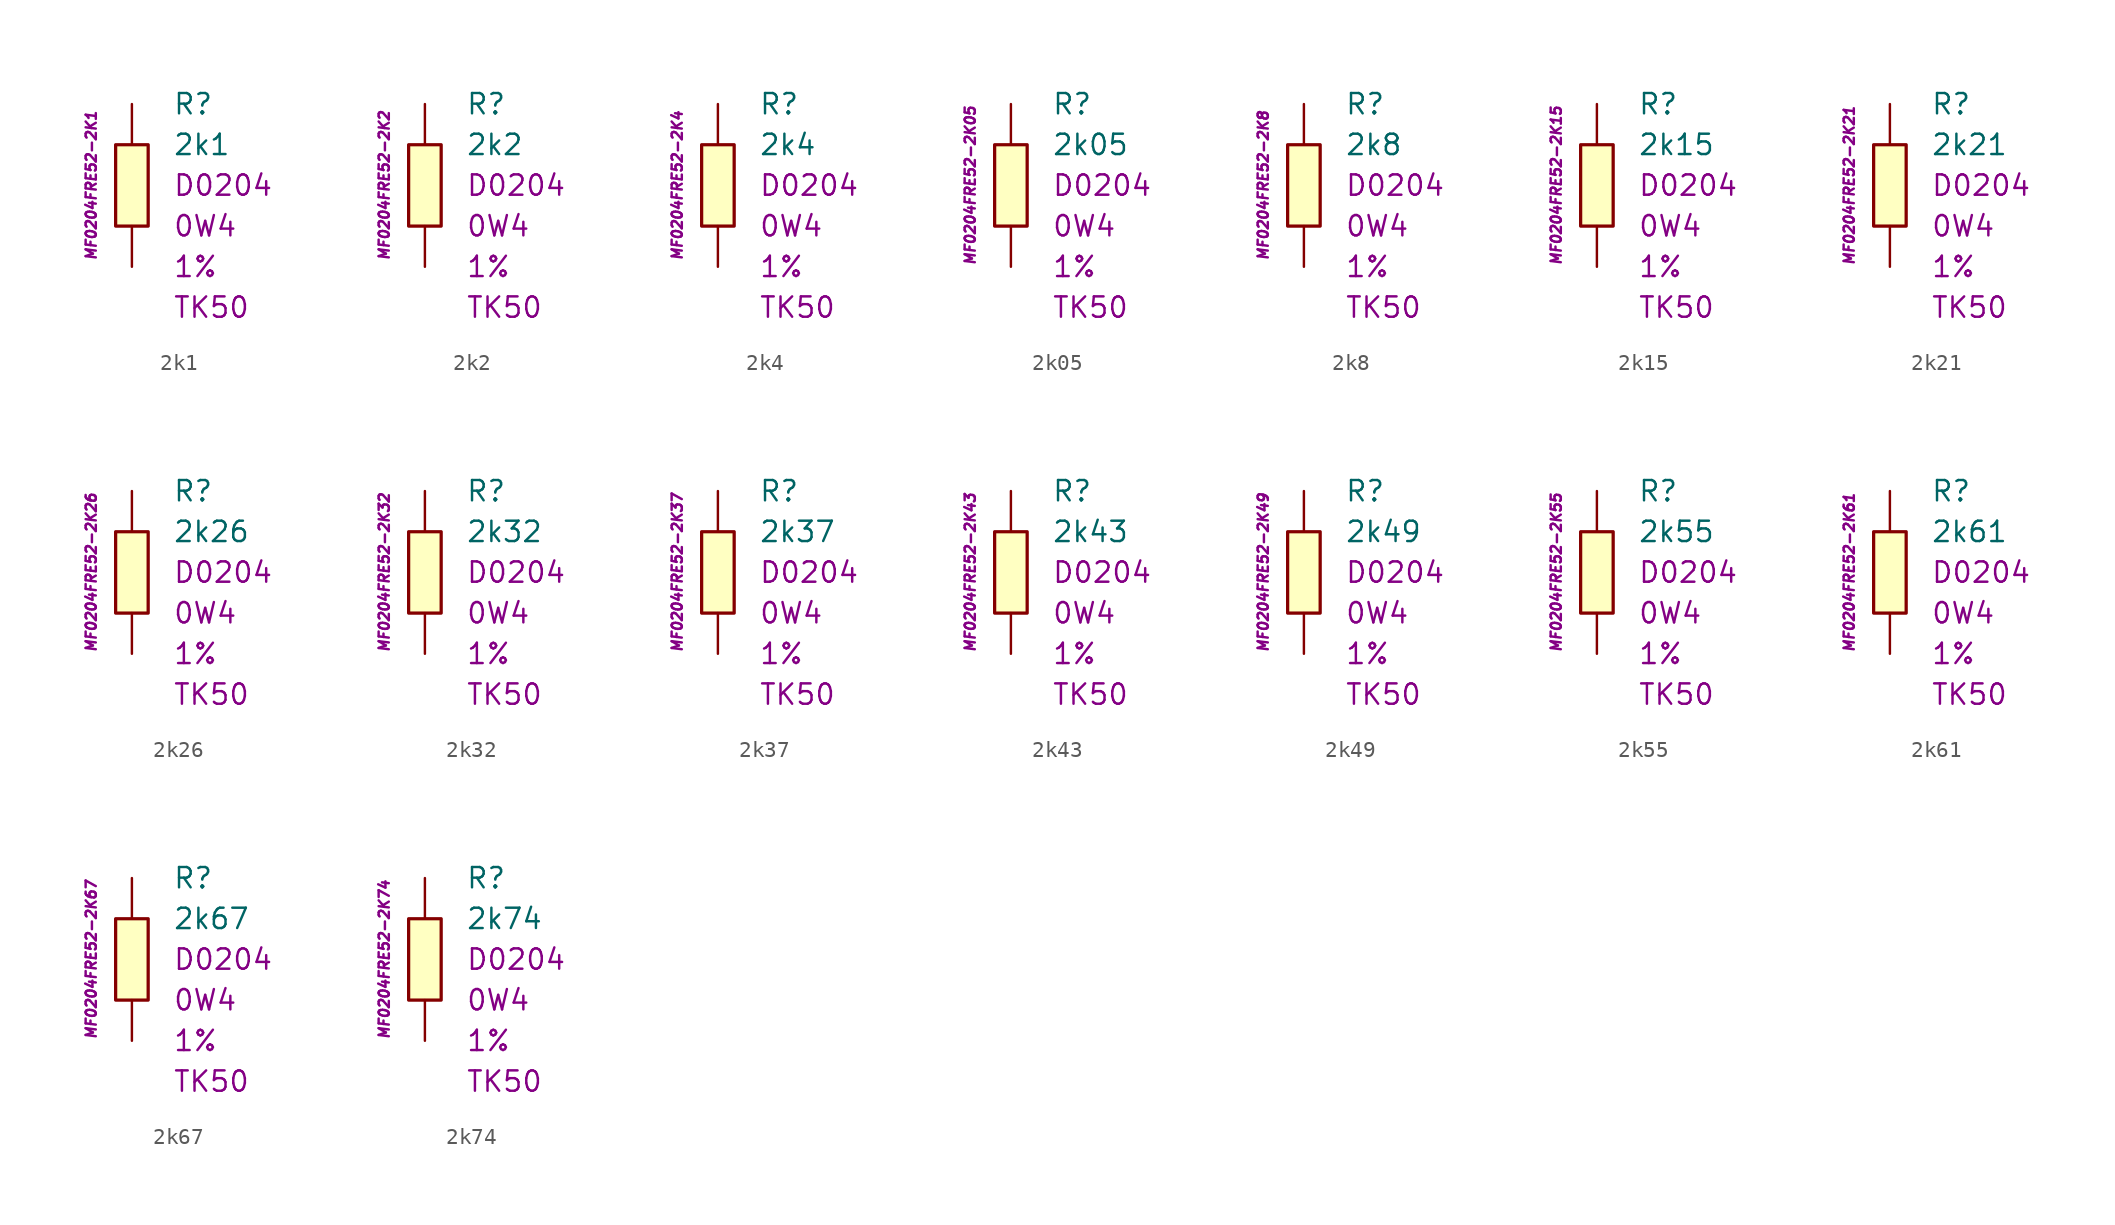
<source format=kicad_sym>
(kicad_symbol_lib
  (version 20201005)
  (generator kicad_symbol_editor)
  (symbol "2k1"
    (pin_numbers hide)
    (pin_names
      (offset 1.016) hide)
    (property "Reference" "R"
      (at 2.54 5.08 0)
      (effects (font (size 1.27 1.27)) (justify left)))
    (property "Value" "2k1"
      (at 2.54 2.54 0)
      (effects (font (size 1.27 1.27)) (justify left)))
    (property "Package" "D0204"
      (at 2.54 0 0)
      (effects (font (size 1.27 1.27)) (justify left)))
    (property "Power" "0W4"
      (at 2.54 -2.54 0)
      (effects (font (size 1.27 1.27)) (justify left)))
    (property "Tolerance" "1%"
      (at 2.54 -5.08 0)
      (effects (font (size 1.27 1.27)) (justify left)))
    (property "TK" "TK50"
      (at 2.54 -7.62 0)
      (effects (font (size 1.27 1.27)) (justify left)))
    (property "ID" "MF0204FRE52-2K1"
      (at -2.54 0 90)
      (effects (font (size 0.635 0.635) italic)))
    (symbol "2k1_0_1"
      (rectangle (start -1.016 2.54) (end 1.016 -2.54) (stroke (width 0.203)) (fill (type background))))
    (symbol "2k1_1_1"
      (pin passive line (at 0 5.08 270) (length 2.54) (name "~" (effects (font (size 1.778 1.778)))) (number "1" (effects (font (size 1.778 1.778)))))
      (pin passive line (at 0 -5.08 90) (length 2.54) (name "~" (effects (font (size 1.778 1.778)))) (number "2" (effects (font (size 1.778 1.778)))))))
  (symbol "2k2"
    (pin_numbers hide)
    (pin_names
      (offset 1.016) hide)
    (property "Reference" "R"
      (at 2.54 5.08 0)
      (effects (font (size 1.27 1.27)) (justify left)))
    (property "Value" "2k2"
      (at 2.54 2.54 0)
      (effects (font (size 1.27 1.27)) (justify left)))
    (property "Package" "D0204"
      (at 2.54 0 0)
      (effects (font (size 1.27 1.27)) (justify left)))
    (property "Power" "0W4"
      (at 2.54 -2.54 0)
      (effects (font (size 1.27 1.27)) (justify left)))
    (property "Tolerance" "1%"
      (at 2.54 -5.08 0)
      (effects (font (size 1.27 1.27)) (justify left)))
    (property "TK" "TK50"
      (at 2.54 -7.62 0)
      (effects (font (size 1.27 1.27)) (justify left)))
    (property "ID" "MF0204FRE52-2K2"
      (at -2.54 0 90)
      (effects (font (size 0.635 0.635) italic)))
    (symbol "2k2_0_1"
      (rectangle (start -1.016 2.54) (end 1.016 -2.54) (stroke (width 0.203)) (fill (type background))))
    (symbol "2k2_1_1"
      (pin passive line (at 0 5.08 270) (length 2.54) (name "~" (effects (font (size 1.778 1.778)))) (number "1" (effects (font (size 1.778 1.778)))))
      (pin passive line (at 0 -5.08 90) (length 2.54) (name "~" (effects (font (size 1.778 1.778)))) (number "2" (effects (font (size 1.778 1.778)))))))
  (symbol "2k4"
    (pin_numbers hide)
    (pin_names
      (offset 1.016) hide)
    (property "Reference" "R"
      (at 2.54 5.08 0)
      (effects (font (size 1.27 1.27)) (justify left)))
    (property "Value" "2k4"
      (at 2.54 2.54 0)
      (effects (font (size 1.27 1.27)) (justify left)))
    (property "Package" "D0204"
      (at 2.54 0 0)
      (effects (font (size 1.27 1.27)) (justify left)))
    (property "Power" "0W4"
      (at 2.54 -2.54 0)
      (effects (font (size 1.27 1.27)) (justify left)))
    (property "Tolerance" "1%"
      (at 2.54 -5.08 0)
      (effects (font (size 1.27 1.27)) (justify left)))
    (property "TK" "TK50"
      (at 2.54 -7.62 0)
      (effects (font (size 1.27 1.27)) (justify left)))
    (property "ID" "MF0204FRE52-2K4"
      (at -2.54 0 90)
      (effects (font (size 0.635 0.635) italic)))
    (symbol "2k4_0_1"
      (rectangle (start -1.016 2.54) (end 1.016 -2.54) (stroke (width 0.203)) (fill (type background))))
    (symbol "2k4_1_1"
      (pin passive line (at 0 5.08 270) (length 2.54) (name "~" (effects (font (size 1.778 1.778)))) (number "1" (effects (font (size 1.778 1.778)))))
      (pin passive line (at 0 -5.08 90) (length 2.54) (name "~" (effects (font (size 1.778 1.778)))) (number "2" (effects (font (size 1.778 1.778)))))))
  (symbol "2k05"
    (pin_numbers hide)
    (pin_names
      (offset 1.016) hide)
    (property "Reference" "R"
      (at 2.54 5.08 0)
      (effects (font (size 1.27 1.27)) (justify left)))
    (property "Value" "2k05"
      (at 2.54 2.54 0)
      (effects (font (size 1.27 1.27)) (justify left)))
    (property "Package" "D0204"
      (at 2.54 0 0)
      (effects (font (size 1.27 1.27)) (justify left)))
    (property "Power" "0W4"
      (at 2.54 -2.54 0)
      (effects (font (size 1.27 1.27)) (justify left)))
    (property "Tolerance" "1%"
      (at 2.54 -5.08 0)
      (effects (font (size 1.27 1.27)) (justify left)))
    (property "TK" "TK50"
      (at 2.54 -7.62 0)
      (effects (font (size 1.27 1.27)) (justify left)))
    (property "ID" "MF0204FRE52-2K05"
      (at -2.54 0 90)
      (effects (font (size 0.635 0.635) italic)))
    (symbol "2k05_0_1"
      (rectangle (start -1.016 2.54) (end 1.016 -2.54) (stroke (width 0.203)) (fill (type background))))
    (symbol "2k05_1_1"
      (pin passive line (at 0 5.08 270) (length 2.54) (name "~" (effects (font (size 1.778 1.778)))) (number "1" (effects (font (size 1.778 1.778)))))
      (pin passive line (at 0 -5.08 90) (length 2.54) (name "~" (effects (font (size 1.778 1.778)))) (number "2" (effects (font (size 1.778 1.778)))))))
  (symbol "2k8"
    (pin_numbers hide)
    (pin_names
      (offset 1.016) hide)
    (property "Reference" "R"
      (at 2.54 5.08 0)
      (effects (font (size 1.27 1.27)) (justify left)))
    (property "Value" "2k8"
      (at 2.54 2.54 0)
      (effects (font (size 1.27 1.27)) (justify left)))
    (property "Package" "D0204"
      (at 2.54 0 0)
      (effects (font (size 1.27 1.27)) (justify left)))
    (property "Power" "0W4"
      (at 2.54 -2.54 0)
      (effects (font (size 1.27 1.27)) (justify left)))
    (property "Tolerance" "1%"
      (at 2.54 -5.08 0)
      (effects (font (size 1.27 1.27)) (justify left)))
    (property "TK" "TK50"
      (at 2.54 -7.62 0)
      (effects (font (size 1.27 1.27)) (justify left)))
    (property "ID" "MF0204FRE52-2K8"
      (at -2.54 0 90)
      (effects (font (size 0.635 0.635) italic)))
    (symbol "2k8_0_1"
      (rectangle (start -1.016 2.54) (end 1.016 -2.54) (stroke (width 0.203)) (fill (type background))))
    (symbol "2k8_1_1"
      (pin passive line (at 0 5.08 270) (length 2.54) (name "~" (effects (font (size 1.778 1.778)))) (number "1" (effects (font (size 1.778 1.778)))))
      (pin passive line (at 0 -5.08 90) (length 2.54) (name "~" (effects (font (size 1.778 1.778)))) (number "2" (effects (font (size 1.778 1.778)))))))
  (symbol "2k15"
    (pin_numbers hide)
    (pin_names
      (offset 1.016) hide)
    (property "Reference" "R"
      (at 2.54 5.08 0)
      (effects (font (size 1.27 1.27)) (justify left)))
    (property "Value" "2k15"
      (at 2.54 2.54 0)
      (effects (font (size 1.27 1.27)) (justify left)))
    (property "Package" "D0204"
      (at 2.54 0 0)
      (effects (font (size 1.27 1.27)) (justify left)))
    (property "Power" "0W4"
      (at 2.54 -2.54 0)
      (effects (font (size 1.27 1.27)) (justify left)))
    (property "Tolerance" "1%"
      (at 2.54 -5.08 0)
      (effects (font (size 1.27 1.27)) (justify left)))
    (property "TK" "TK50"
      (at 2.54 -7.62 0)
      (effects (font (size 1.27 1.27)) (justify left)))
    (property "ID" "MF0204FRE52-2K15"
      (at -2.54 0 90)
      (effects (font (size 0.635 0.635) italic)))
    (symbol "2k15_0_1"
      (rectangle (start -1.016 2.54) (end 1.016 -2.54) (stroke (width 0.203)) (fill (type background))))
    (symbol "2k15_1_1"
      (pin passive line (at 0 5.08 270) (length 2.54) (name "~" (effects (font (size 1.778 1.778)))) (number "1" (effects (font (size 1.778 1.778)))))
      (pin passive line (at 0 -5.08 90) (length 2.54) (name "~" (effects (font (size 1.778 1.778)))) (number "2" (effects (font (size 1.778 1.778)))))))
  (symbol "2k21"
    (pin_numbers hide)
    (pin_names
      (offset 1.016) hide)
    (property "Reference" "R"
      (at 2.54 5.08 0)
      (effects (font (size 1.27 1.27)) (justify left)))
    (property "Value" "2k21"
      (at 2.54 2.54 0)
      (effects (font (size 1.27 1.27)) (justify left)))
    (property "Package" "D0204"
      (at 2.54 0 0)
      (effects (font (size 1.27 1.27)) (justify left)))
    (property "Power" "0W4"
      (at 2.54 -2.54 0)
      (effects (font (size 1.27 1.27)) (justify left)))
    (property "Tolerance" "1%"
      (at 2.54 -5.08 0)
      (effects (font (size 1.27 1.27)) (justify left)))
    (property "TK" "TK50"
      (at 2.54 -7.62 0)
      (effects (font (size 1.27 1.27)) (justify left)))
    (property "ID" "MF0204FRE52-2K21"
      (at -2.54 0 90)
      (effects (font (size 0.635 0.635) italic)))
    (symbol "2k21_0_1"
      (rectangle (start -1.016 2.54) (end 1.016 -2.54) (stroke (width 0.203)) (fill (type background))))
    (symbol "2k21_1_1"
      (pin passive line (at 0 5.08 270) (length 2.54) (name "~" (effects (font (size 1.778 1.778)))) (number "1" (effects (font (size 1.778 1.778)))))
      (pin passive line (at 0 -5.08 90) (length 2.54) (name "~" (effects (font (size 1.778 1.778)))) (number "2" (effects (font (size 1.778 1.778)))))))
  (symbol "2k26"
    (pin_numbers hide)
    (pin_names
      (offset 1.016) hide)
    (property "Reference" "R"
      (at 2.54 5.08 0)
      (effects (font (size 1.27 1.27)) (justify left)))
    (property "Value" "2k26"
      (at 2.54 2.54 0)
      (effects (font (size 1.27 1.27)) (justify left)))
    (property "Package" "D0204"
      (at 2.54 0 0)
      (effects (font (size 1.27 1.27)) (justify left)))
    (property "Power" "0W4"
      (at 2.54 -2.54 0)
      (effects (font (size 1.27 1.27)) (justify left)))
    (property "Tolerance" "1%"
      (at 2.54 -5.08 0)
      (effects (font (size 1.27 1.27)) (justify left)))
    (property "TK" "TK50"
      (at 2.54 -7.62 0)
      (effects (font (size 1.27 1.27)) (justify left)))
    (property "ID" "MF0204FRE52-2K26"
      (at -2.54 0 90)
      (effects (font (size 0.635 0.635) italic)))
    (symbol "2k26_0_1"
      (rectangle (start -1.016 2.54) (end 1.016 -2.54) (stroke (width 0.203)) (fill (type background))))
    (symbol "2k26_1_1"
      (pin passive line (at 0 5.08 270) (length 2.54) (name "~" (effects (font (size 1.778 1.778)))) (number "1" (effects (font (size 1.778 1.778)))))
      (pin passive line (at 0 -5.08 90) (length 2.54) (name "~" (effects (font (size 1.778 1.778)))) (number "2" (effects (font (size 1.778 1.778)))))))
  (symbol "2k32"
    (pin_numbers hide)
    (pin_names
      (offset 1.016) hide)
    (property "Reference" "R"
      (at 2.54 5.08 0)
      (effects (font (size 1.27 1.27)) (justify left)))
    (property "Value" "2k32"
      (at 2.54 2.54 0)
      (effects (font (size 1.27 1.27)) (justify left)))
    (property "Package" "D0204"
      (at 2.54 0 0)
      (effects (font (size 1.27 1.27)) (justify left)))
    (property "Power" "0W4"
      (at 2.54 -2.54 0)
      (effects (font (size 1.27 1.27)) (justify left)))
    (property "Tolerance" "1%"
      (at 2.54 -5.08 0)
      (effects (font (size 1.27 1.27)) (justify left)))
    (property "TK" "TK50"
      (at 2.54 -7.62 0)
      (effects (font (size 1.27 1.27)) (justify left)))
    (property "ID" "MF0204FRE52-2K32"
      (at -2.54 0 90)
      (effects (font (size 0.635 0.635) italic)))
    (symbol "2k32_0_1"
      (rectangle (start -1.016 2.54) (end 1.016 -2.54) (stroke (width 0.203)) (fill (type background))))
    (symbol "2k32_1_1"
      (pin passive line (at 0 5.08 270) (length 2.54) (name "~" (effects (font (size 1.778 1.778)))) (number "1" (effects (font (size 1.778 1.778)))))
      (pin passive line (at 0 -5.08 90) (length 2.54) (name "~" (effects (font (size 1.778 1.778)))) (number "2" (effects (font (size 1.778 1.778)))))))
  (symbol "2k37"
    (pin_numbers hide)
    (pin_names
      (offset 1.016) hide)
    (property "Reference" "R"
      (at 2.54 5.08 0)
      (effects (font (size 1.27 1.27)) (justify left)))
    (property "Value" "2k37"
      (at 2.54 2.54 0)
      (effects (font (size 1.27 1.27)) (justify left)))
    (property "Package" "D0204"
      (at 2.54 0 0)
      (effects (font (size 1.27 1.27)) (justify left)))
    (property "Power" "0W4"
      (at 2.54 -2.54 0)
      (effects (font (size 1.27 1.27)) (justify left)))
    (property "Tolerance" "1%"
      (at 2.54 -5.08 0)
      (effects (font (size 1.27 1.27)) (justify left)))
    (property "TK" "TK50"
      (at 2.54 -7.62 0)
      (effects (font (size 1.27 1.27)) (justify left)))
    (property "ID" "MF0204FRE52-2K37"
      (at -2.54 0 90)
      (effects (font (size 0.635 0.635) italic)))
    (symbol "2k37_0_1"
      (rectangle (start -1.016 2.54) (end 1.016 -2.54) (stroke (width 0.203)) (fill (type background))))
    (symbol "2k37_1_1"
      (pin passive line (at 0 5.08 270) (length 2.54) (name "~" (effects (font (size 1.778 1.778)))) (number "1" (effects (font (size 1.778 1.778)))))
      (pin passive line (at 0 -5.08 90) (length 2.54) (name "~" (effects (font (size 1.778 1.778)))) (number "2" (effects (font (size 1.778 1.778)))))))
  (symbol "2k43"
    (pin_numbers hide)
    (pin_names
      (offset 1.016) hide)
    (property "Reference" "R"
      (at 2.54 5.08 0)
      (effects (font (size 1.27 1.27)) (justify left)))
    (property "Value" "2k43"
      (at 2.54 2.54 0)
      (effects (font (size 1.27 1.27)) (justify left)))
    (property "Package" "D0204"
      (at 2.54 0 0)
      (effects (font (size 1.27 1.27)) (justify left)))
    (property "Power" "0W4"
      (at 2.54 -2.54 0)
      (effects (font (size 1.27 1.27)) (justify left)))
    (property "Tolerance" "1%"
      (at 2.54 -5.08 0)
      (effects (font (size 1.27 1.27)) (justify left)))
    (property "TK" "TK50"
      (at 2.54 -7.62 0)
      (effects (font (size 1.27 1.27)) (justify left)))
    (property "ID" "MF0204FRE52-2K43"
      (at -2.54 0 90)
      (effects (font (size 0.635 0.635) italic)))
    (symbol "2k43_0_1"
      (rectangle (start -1.016 2.54) (end 1.016 -2.54) (stroke (width 0.203)) (fill (type background))))
    (symbol "2k43_1_1"
      (pin passive line (at 0 5.08 270) (length 2.54) (name "~" (effects (font (size 1.778 1.778)))) (number "1" (effects (font (size 1.778 1.778)))))
      (pin passive line (at 0 -5.08 90) (length 2.54) (name "~" (effects (font (size 1.778 1.778)))) (number "2" (effects (font (size 1.778 1.778)))))))
  (symbol "2k49"
    (pin_numbers hide)
    (pin_names
      (offset 1.016) hide)
    (property "Reference" "R"
      (at 2.54 5.08 0)
      (effects (font (size 1.27 1.27)) (justify left)))
    (property "Value" "2k49"
      (at 2.54 2.54 0)
      (effects (font (size 1.27 1.27)) (justify left)))
    (property "Package" "D0204"
      (at 2.54 0 0)
      (effects (font (size 1.27 1.27)) (justify left)))
    (property "Power" "0W4"
      (at 2.54 -2.54 0)
      (effects (font (size 1.27 1.27)) (justify left)))
    (property "Tolerance" "1%"
      (at 2.54 -5.08 0)
      (effects (font (size 1.27 1.27)) (justify left)))
    (property "TK" "TK50"
      (at 2.54 -7.62 0)
      (effects (font (size 1.27 1.27)) (justify left)))
    (property "ID" "MF0204FRE52-2K49"
      (at -2.54 0 90)
      (effects (font (size 0.635 0.635) italic)))
    (symbol "2k49_0_1"
      (rectangle (start -1.016 2.54) (end 1.016 -2.54) (stroke (width 0.203)) (fill (type background))))
    (symbol "2k49_1_1"
      (pin passive line (at 0 5.08 270) (length 2.54) (name "~" (effects (font (size 1.778 1.778)))) (number "1" (effects (font (size 1.778 1.778)))))
      (pin passive line (at 0 -5.08 90) (length 2.54) (name "~" (effects (font (size 1.778 1.778)))) (number "2" (effects (font (size 1.778 1.778)))))))
  (symbol "2k55"
    (pin_numbers hide)
    (pin_names
      (offset 1.016) hide)
    (property "Reference" "R"
      (at 2.54 5.08 0)
      (effects (font (size 1.27 1.27)) (justify left)))
    (property "Value" "2k55"
      (at 2.54 2.54 0)
      (effects (font (size 1.27 1.27)) (justify left)))
    (property "Package" "D0204"
      (at 2.54 0 0)
      (effects (font (size 1.27 1.27)) (justify left)))
    (property "Power" "0W4"
      (at 2.54 -2.54 0)
      (effects (font (size 1.27 1.27)) (justify left)))
    (property "Tolerance" "1%"
      (at 2.54 -5.08 0)
      (effects (font (size 1.27 1.27)) (justify left)))
    (property "TK" "TK50"
      (at 2.54 -7.62 0)
      (effects (font (size 1.27 1.27)) (justify left)))
    (property "ID" "MF0204FRE52-2K55"
      (at -2.54 0 90)
      (effects (font (size 0.635 0.635) italic)))
    (symbol "2k55_0_1"
      (rectangle (start -1.016 2.54) (end 1.016 -2.54) (stroke (width 0.203)) (fill (type background))))
    (symbol "2k55_1_1"
      (pin passive line (at 0 5.08 270) (length 2.54) (name "~" (effects (font (size 1.778 1.778)))) (number "1" (effects (font (size 1.778 1.778)))))
      (pin passive line (at 0 -5.08 90) (length 2.54) (name "~" (effects (font (size 1.778 1.778)))) (number "2" (effects (font (size 1.778 1.778)))))))
  (symbol "2k61"
    (pin_numbers hide)
    (pin_names
      (offset 1.016) hide)
    (property "Reference" "R"
      (at 2.54 5.08 0)
      (effects (font (size 1.27 1.27)) (justify left)))
    (property "Value" "2k61"
      (at 2.54 2.54 0)
      (effects (font (size 1.27 1.27)) (justify left)))
    (property "Package" "D0204"
      (at 2.54 0 0)
      (effects (font (size 1.27 1.27)) (justify left)))
    (property "Power" "0W4"
      (at 2.54 -2.54 0)
      (effects (font (size 1.27 1.27)) (justify left)))
    (property "Tolerance" "1%"
      (at 2.54 -5.08 0)
      (effects (font (size 1.27 1.27)) (justify left)))
    (property "TK" "TK50"
      (at 2.54 -7.62 0)
      (effects (font (size 1.27 1.27)) (justify left)))
    (property "ID" "MF0204FRE52-2K61"
      (at -2.54 0 90)
      (effects (font (size 0.635 0.635) italic)))
    (symbol "2k61_0_1"
      (rectangle (start -1.016 2.54) (end 1.016 -2.54) (stroke (width 0.203)) (fill (type background))))
    (symbol "2k61_1_1"
      (pin passive line (at 0 5.08 270) (length 2.54) (name "~" (effects (font (size 1.778 1.778)))) (number "1" (effects (font (size 1.778 1.778)))))
      (pin passive line (at 0 -5.08 90) (length 2.54) (name "~" (effects (font (size 1.778 1.778)))) (number "2" (effects (font (size 1.778 1.778)))))))
  (symbol "2k67"
    (pin_numbers hide)
    (pin_names
      (offset 1.016) hide)
    (property "Reference" "R"
      (at 2.54 5.08 0)
      (effects (font (size 1.27 1.27)) (justify left)))
    (property "Value" "2k67"
      (at 2.54 2.54 0)
      (effects (font (size 1.27 1.27)) (justify left)))
    (property "Package" "D0204"
      (at 2.54 0 0)
      (effects (font (size 1.27 1.27)) (justify left)))
    (property "Power" "0W4"
      (at 2.54 -2.54 0)
      (effects (font (size 1.27 1.27)) (justify left)))
    (property "Tolerance" "1%"
      (at 2.54 -5.08 0)
      (effects (font (size 1.27 1.27)) (justify left)))
    (property "TK" "TK50"
      (at 2.54 -7.62 0)
      (effects (font (size 1.27 1.27)) (justify left)))
    (property "ID" "MF0204FRE52-2K67"
      (at -2.54 0 90)
      (effects (font (size 0.635 0.635) italic)))
    (symbol "2k67_0_1"
      (rectangle (start -1.016 2.54) (end 1.016 -2.54) (stroke (width 0.203)) (fill (type background))))
    (symbol "2k67_1_1"
      (pin passive line (at 0 5.08 270) (length 2.54) (name "~" (effects (font (size 1.778 1.778)))) (number "1" (effects (font (size 1.778 1.778)))))
      (pin passive line (at 0 -5.08 90) (length 2.54) (name "~" (effects (font (size 1.778 1.778)))) (number "2" (effects (font (size 1.778 1.778)))))))
  (symbol "2k74"
    (pin_numbers hide)
    (pin_names
      (offset 1.016) hide)
    (property "Reference" "R"
      (at 2.54 5.08 0)
      (effects (font (size 1.27 1.27)) (justify left)))
    (property "Value" "2k74"
      (at 2.54 2.54 0)
      (effects (font (size 1.27 1.27)) (justify left)))
    (property "Package" "D0204"
      (at 2.54 0 0)
      (effects (font (size 1.27 1.27)) (justify left)))
    (property "Power" "0W4"
      (at 2.54 -2.54 0)
      (effects (font (size 1.27 1.27)) (justify left)))
    (property "Tolerance" "1%"
      (at 2.54 -5.08 0)
      (effects (font (size 1.27 1.27)) (justify left)))
    (property "TK" "TK50"
      (at 2.54 -7.62 0)
      (effects (font (size 1.27 1.27)) (justify left)))
    (property "ID" "MF0204FRE52-2K74"
      (at -2.54 0 90)
      (effects (font (size 0.635 0.635) italic)))
    (symbol "2k74_0_1"
      (rectangle (start -1.016 2.54) (end 1.016 -2.54) (stroke (width 0.203)) (fill (type background))))
    (symbol "2k74_1_1"
      (pin passive line (at 0 5.08 270) (length 2.54) (name "~" (effects (font (size 1.778 1.778)))) (number "1" (effects (font (size 1.778 1.778)))))
      (pin passive line (at 0 -5.08 90) (length 2.54) (name "~" (effects (font (size 1.778 1.778)))) (number "2" (effects (font (size 1.778 1.778))))))))
</source>
